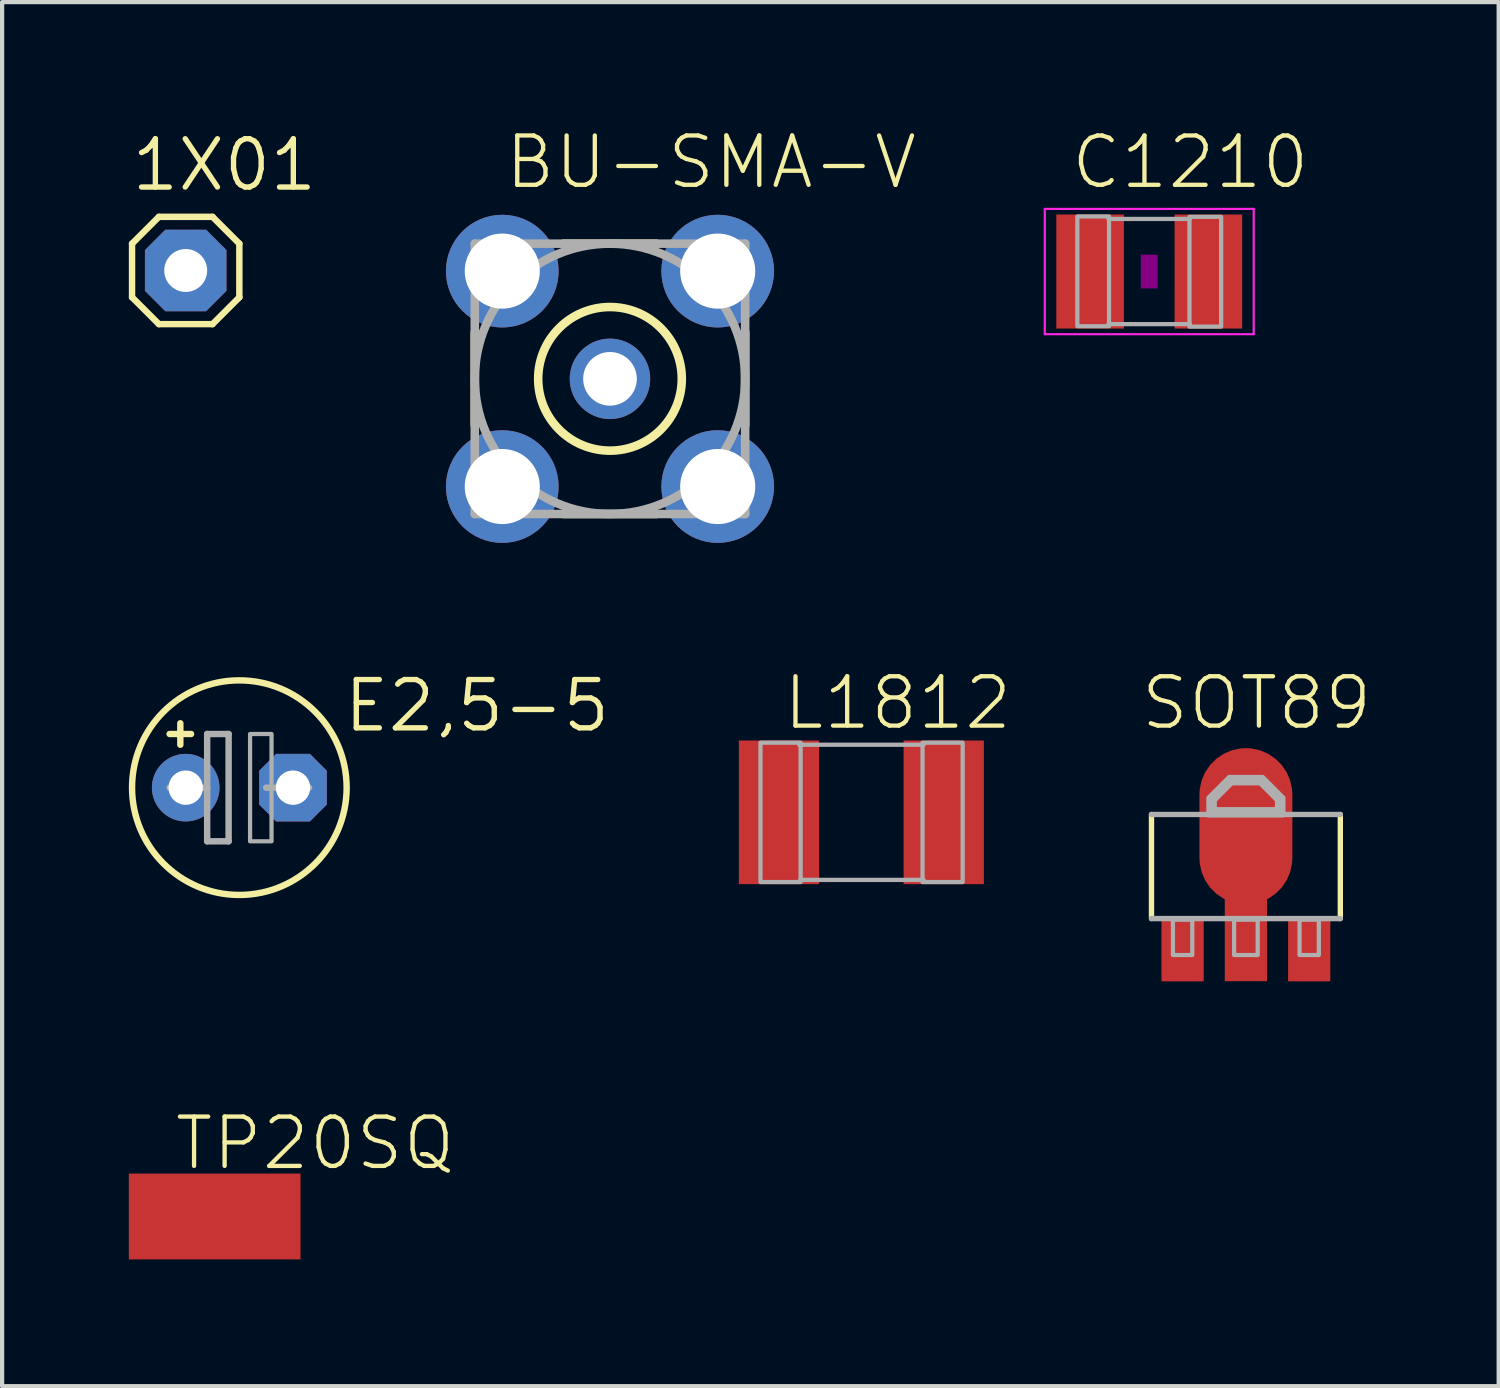
<source format=kicad_pcb>
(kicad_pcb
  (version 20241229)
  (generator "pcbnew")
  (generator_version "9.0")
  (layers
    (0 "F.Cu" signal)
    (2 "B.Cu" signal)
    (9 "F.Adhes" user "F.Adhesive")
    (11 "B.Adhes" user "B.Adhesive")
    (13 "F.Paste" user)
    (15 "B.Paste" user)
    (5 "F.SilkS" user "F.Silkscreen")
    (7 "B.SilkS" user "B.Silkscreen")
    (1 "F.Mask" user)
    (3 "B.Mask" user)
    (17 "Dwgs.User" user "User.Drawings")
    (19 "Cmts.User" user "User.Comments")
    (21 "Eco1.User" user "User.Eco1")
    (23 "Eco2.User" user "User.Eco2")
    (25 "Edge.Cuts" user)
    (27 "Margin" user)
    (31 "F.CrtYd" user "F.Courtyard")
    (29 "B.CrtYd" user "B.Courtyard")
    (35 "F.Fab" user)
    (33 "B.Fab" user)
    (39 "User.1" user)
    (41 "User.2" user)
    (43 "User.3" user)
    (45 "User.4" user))
  (footprint "L1812"
    (layer "F.Cu")
    (at 17.341 16.18)
    (property "Reference" "L1812" (at -1.905 -1.905 0) (layer "F.SilkS") (effects (font (size 1.168 1.168) (thickness 0.102)) (justify left bottom)))
    (fp_line (start -1.473 -1.6) (end 1.473 -1.6) (stroke (width 0.102) (type solid)) (layer "F.Fab"))
    (fp_line (start -1.448 1.6) (end 1.473 1.6) (stroke (width 0.102) (type solid)) (layer "F.Fab"))
    (fp_poly (pts (xy -2.388 1.651) (xy -1.438 1.651) (xy -1.438 -1.649) (xy -2.388 -1.649)) (stroke (width 0.1) (type solid)) (fill no) (layer "F.Fab"))
    (fp_poly (pts (xy 1.448 1.651) (xy 2.398 1.651) (xy 2.398 -1.649) (xy 1.448 -1.649)) (stroke (width 0.1) (type solid)) (fill no) (layer "F.Fab"))
    (pad "1" smd rect (at -1.95 0) (size 1.9 3.4) (layers "F.Cu" "F.Mask" "F.Paste"))
    (pad "2" smd rect (at 1.95 0) (size 1.9 3.4) (layers "F.Cu" "F.Mask" "F.Paste")))
  (footprint "1X01"
    (layer "F.Cu")
    (at 1.346 3.353)
    (property "Reference" "1X01" (at -1.346 -1.829 0) (layer "F.SilkS") (effects (font (size 1.143 1.143) (thickness 0.127)) (justify left bottom)))
    (fp_line (start -1.27 -0.635) (end -1.27 0.635) (stroke (width 0.152) (type solid)) (layer "F.SilkS"))
    (fp_line (start -1.27 0.635) (end -0.635 1.27) (stroke (width 0.152) (type solid)) (layer "F.SilkS"))
    (fp_line (start -0.635 -1.27) (end -1.27 -0.635) (stroke (width 0.152) (type solid)) (layer "F.SilkS"))
    (fp_line (start -0.635 -1.27) (end 0.635 -1.27) (stroke (width 0.152) (type solid)) (layer "F.SilkS"))
    (fp_line (start 0.635 -1.27) (end 1.27 -0.635) (stroke (width 0.152) (type solid)) (layer "F.SilkS"))
    (fp_line (start 0.635 1.27) (end -0.635 1.27) (stroke (width 0.152) (type solid)) (layer "F.SilkS"))
    (fp_line (start 1.27 -0.635) (end 1.27 0.635) (stroke (width 0.152) (type solid)) (layer "F.SilkS"))
    (fp_line (start 1.27 0.635) (end 0.635 1.27) (stroke (width 0.152) (type solid)) (layer "F.SilkS"))
    (fp_poly (pts (xy -0.254 0.254) (xy 0.254 0.254) (xy 0.254 -0.254) (xy -0.254 -0.254)) (stroke (width 0.1) (type solid)) (fill no) (layer "F.Fab"))
    (pad "1" thru_hole roundrect (at 0 0) (size 1.93 1.93) (drill 1.016) (layers "*.Cu" "*.Mask") (roundrect_rratio 0.25) (chamfer_ratio 0.25) (chamfer top_left top_right bottom_left bottom_right)))
  (footprint "C1210"
    (layer "F.Cu")
    (at 24.156 3.378)
    (property "Reference" "C1210" (at -1.905 -1.905 0) (layer "F.SilkS") (effects (font (size 1.168 1.168) (thickness 0.102)) (justify left bottom)))
    (fp_poly (pts (xy -0.2 0.4) (xy 0.2 0.4) (xy 0.2 -0.4) (xy -0.2 -0.4)) (stroke (width 0) (type solid)) (fill yes) (layer "F.Adhes"))
    (fp_line (start -2.473 -1.483) (end 2.473 -1.483) (stroke (width 0.051) (type solid)) (layer "F.CrtYd"))
    (fp_line (start -2.473 1.483) (end -2.473 -1.483) (stroke (width 0.051) (type solid)) (layer "F.CrtYd"))
    (fp_line (start 2.473 -1.483) (end 2.473 1.483) (stroke (width 0.051) (type solid)) (layer "F.CrtYd"))
    (fp_line (start 2.473 1.483) (end -2.473 1.483) (stroke (width 0.051) (type solid)) (layer "F.CrtYd"))
    (fp_line (start -0.965 -1.245) (end 0.965 -1.245) (stroke (width 0.102) (type solid)) (layer "F.Fab"))
    (fp_line (start -0.965 1.245) (end 0.965 1.245) (stroke (width 0.102) (type solid)) (layer "F.Fab"))
    (fp_poly (pts (xy -1.702 1.295) (xy -0.952 1.295) (xy -0.952 -1.304) (xy -1.702 -1.304)) (stroke (width 0.1) (type solid)) (fill no) (layer "F.Fab"))
    (fp_poly (pts (xy 0.952 1.304) (xy 1.702 1.304) (xy 1.702 -1.295) (xy 0.952 -1.295)) (stroke (width 0.1) (type solid)) (fill no) (layer "F.Fab"))
    (pad "1" smd rect (at -1.4 0) (size 1.6 2.7) (layers "F.Cu" "F.Mask" "F.Paste"))
    (pad "2" smd rect (at 1.4 0) (size 1.6 2.7) (layers "F.Cu" "F.Mask" "F.Paste")))
  (footprint "BU-SMA-V"
    (layer "F.Cu")
    (at 11.39 5.918)
    (property "Reference" "BU-SMA-V" (at -2.54 -4.445 0) (layer "F.SilkS") (effects (font (size 1.168 1.168) (thickness 0.102)) (justify left bottom)))
    (fp_line (start -3.2 1.1) (end -3.2 -1.1) (stroke (width 0.203) (type solid)) (layer "F.SilkS"))
    (fp_line (start -1.1 -3.2) (end 1.1 -3.2) (stroke (width 0.203) (type solid)) (layer "F.SilkS"))
    (fp_line (start 1.1 3.2) (end -1.1 3.2) (stroke (width 0.203) (type solid)) (layer "F.SilkS"))
    (fp_line (start 3.2 -1.1) (end 3.2 1.1) (stroke (width 0.203) (type solid)) (layer "F.SilkS"))
    (fp_circle (center 0 0) (end 1.7 0) (stroke (width 0.203) (type solid)) (fill no) (layer "F.SilkS"))
    (fp_line (start -3.2 3.2) (end -3.2 -3.2) (stroke (width 0.203) (type solid)) (layer "F.Fab"))
    (fp_line (start -3.2 -3.2) (end 3.2 -3.2) (stroke (width 0.203) (type solid)) (layer "F.Fab"))
    (fp_line (start 3.2 3.2) (end -3.2 3.2) (stroke (width 0.203) (type solid)) (layer "F.Fab"))
    (fp_line (start 3.2 -3.2) (end 3.2 3.2) (stroke (width 0.203) (type solid)) (layer "F.Fab"))
    (fp_circle (center 0 0) (end 3.2 0) (stroke (width 0.203) (type solid)) (fill no) (layer "F.Fab"))
    (pad "1" thru_hole circle (at 0 0) (size 1.905 1.905) (drill 1.27) (layers "*.Cu" "*.Mask"))
    (pad "2" thru_hole circle (at -2.55 -2.55) (size 2.667 2.667) (drill 1.778) (layers "*.Cu" "*.Mask"))
    (pad "3" thru_hole circle (at 2.55 -2.55) (size 2.667 2.667) (drill 1.778) (layers "*.Cu" "*.Mask"))
    (pad "4" thru_hole circle (at 2.55 2.55) (size 2.667 2.667) (drill 1.778) (layers "*.Cu" "*.Mask"))
    (pad "5" thru_hole circle (at -2.55 2.55) (size 2.667 2.667) (drill 1.778) (layers "*.Cu" "*.Mask")))
  (footprint "TP20SQ"
    (layer "F.Cu")
    (at 2.032 25.748)
    (property "Reference" "TP20SQ" (at -1 -1.05 0) (layer "F.SilkS") (effects (font (size 1.168 1.168) (thickness 0.102)) (justify left bottom)))
    (pad "TP" smd rect (at 0 0) (size 4.064 2.032) (layers "F.Cu" "F.Mask")))
  (footprint "SOT89"
    (layer "F.Cu")
    (at 26.444 17.45)
    (property "Reference" "SOT89" (at -2.54 -3.175 0) (layer "F.SilkS") (effects (font (size 1.168 1.168) (thickness 0.102)) (justify left bottom)))
    (fp_poly (pts (xy -2.025 2.775) (xy -0.975 2.775) (xy -0.975 1.2) (xy -2.025 1.2)) (stroke (width 0) (type solid)) (fill yes) (layer "F.Mask"))
    (fp_poly (pts (xy -0.525 2.775) (xy 0.525 2.775) (xy 0.525 1.2) (xy -0.525 1.2)) (stroke (width 0) (type solid)) (fill yes) (layer "F.Mask"))
    (fp_poly (pts (xy 0.975 2.775) (xy 2.025 2.775) (xy 2.025 1.2) (xy 0.975 1.2)) (stroke (width 0) (type solid)) (fill yes) (layer "F.Mask"))
    (fp_line (start -2.235 1.245) (end -2.235 -1.219) (stroke (width 0.127) (type solid)) (layer "F.SilkS"))
    (fp_line (start 2.235 -1.219) (end 2.235 1.245) (stroke (width 0.127) (type solid)) (layer "F.SilkS"))
    (fp_poly (pts (xy -1.9 2.68) (xy -1.1 2.68) (xy -1.1 1.28) (xy -1.9 1.28)) (stroke (width 0) (type solid)) (fill yes) (layer "F.Paste"))
    (fp_poly (pts (xy -0.9 0) (xy 0.9 0) (xy 0.9 -2.2) (xy -0.9 -2.2)) (stroke (width 0) (type solid)) (fill yes) (layer "F.Paste"))
    (fp_poly (pts (xy -0.4 2.68) (xy 0.4 2.68) (xy 0.4 1.28) (xy -0.4 1.28)) (stroke (width 0) (type solid)) (fill yes) (layer "F.Paste"))
    (fp_poly (pts (xy 1.1 2.68) (xy 1.9 2.68) (xy 1.9 1.28) (xy 1.1 1.28)) (stroke (width 0) (type solid)) (fill yes) (layer "F.Paste"))
    (fp_line (start -2.235 -1.219) (end 2.235 -1.219) (stroke (width 0.127) (type solid)) (layer "F.Fab"))
    (fp_line (start -0.787 -1.575) (end -0.356 -2.007) (stroke (width 0.2) (type solid)) (layer "F.Fab"))
    (fp_line (start -0.787 -1.295) (end -0.787 -1.575) (stroke (width 0.2) (type solid)) (layer "F.Fab"))
    (fp_line (start -0.356 -2.007) (end 0.356 -2.007) (stroke (width 0.2) (type solid)) (layer "F.Fab"))
    (fp_line (start 0.356 -2.007) (end 0.787 -1.575) (stroke (width 0.2) (type solid)) (layer "F.Fab"))
    (fp_line (start 0.787 -1.575) (end 0.787 -1.295) (stroke (width 0.2) (type solid)) (layer "F.Fab"))
    (fp_line (start 0.787 -1.295) (end -0.787 -1.295) (stroke (width 0.2) (type solid)) (layer "F.Fab"))
    (fp_line (start 2.235 1.245) (end -2.235 1.245) (stroke (width 0.127) (type solid)) (layer "F.Fab"))
    (fp_poly (pts (xy -1.727 2.108) (xy -1.27 2.108) (xy -1.27 1.27) (xy -1.727 1.27)) (stroke (width 0.1) (type solid)) (fill no) (layer "F.Fab"))
    (fp_poly (pts (xy -0.279 2.108) (xy 0.279 2.108) (xy 0.279 1.27) (xy -0.279 1.27)) (stroke (width 0.1) (type solid)) (fill no) (layer "F.Fab"))
    (fp_poly (pts (xy 1.27 2.108) (xy 1.727 2.108) (xy 1.727 1.27) (xy 1.27 1.27)) (stroke (width 0.1) (type solid)) (fill no) (layer "F.Fab"))
    (fp_poly (pts (xy 0.887 -1.616) (xy 0.887 -1.196) (xy -0.887 -1.196) (xy -0.887 -1.616) (xy -0.397 -2.107) (xy 0.397 -2.107)) (stroke (width 0.1) (type solid)) (fill no) (layer "F.Fab"))
    (pad "1" smd rect (at -1.499 1.981) (size 1 1.5) (layers "F.Cu"))
    (pad "2" smd rect (at 0 1.727) (size 1 2) (layers "F.Cu"))
    (pad "2@1" smd roundrect (at 0 -0.94) (size 2.2 3.7) (layers "F.Cu" "F.Mask") (roundrect_rratio 0.5))
    (pad "3" smd rect (at 1.499 1.981) (size 1 1.5) (layers "F.Cu")))
  (footprint "E2,5-5"
    (layer "F.Cu")
    (at 2.616 15.596)
    (property "Reference" "E2,5-5" (at 2.413 -1.27 0) (layer "F.SilkS") (effects (font (size 1.143 1.143) (thickness 0.127)) (justify left bottom)))
    (fp_line (start -1.651 -1.27) (end -1.397 -1.27) (stroke (width 0.152) (type solid)) (layer "F.SilkS"))
    (fp_line (start -1.397 -1.27) (end -1.397 -1.524) (stroke (width 0.152) (type solid)) (layer "F.SilkS"))
    (fp_line (start -1.397 -1.27) (end -1.143 -1.27) (stroke (width 0.152) (type solid)) (layer "F.SilkS"))
    (fp_line (start -1.397 -1.016) (end -1.397 -1.27) (stroke (width 0.152) (type solid)) (layer "F.SilkS"))
    (fp_circle (center 0 0) (end 2.54 0) (stroke (width 0.152) (type solid)) (fill no) (layer "F.SilkS"))
    (fp_line (start -1.651 0) (end -0.762 0) (stroke (width 0.152) (type solid)) (layer "F.Fab"))
    (fp_line (start -0.762 -1.27) (end -0.762 0) (stroke (width 0.152) (type solid)) (layer "F.Fab"))
    (fp_line (start -0.762 0) (end -0.762 1.27) (stroke (width 0.152) (type solid)) (layer "F.Fab"))
    (fp_line (start -0.762 1.27) (end -0.254 1.27) (stroke (width 0.152) (type solid)) (layer "F.Fab"))
    (fp_line (start -0.254 -1.27) (end -0.762 -1.27) (stroke (width 0.152) (type solid)) (layer "F.Fab"))
    (fp_line (start -0.254 1.27) (end -0.254 -1.27) (stroke (width 0.152) (type solid)) (layer "F.Fab"))
    (fp_line (start 0.635 0) (end 1.651 0) (stroke (width 0.152) (type solid)) (layer "F.Fab"))
    (fp_poly (pts (xy 0.254 1.27) (xy 0.762 1.27) (xy 0.762 -1.27) (xy 0.254 -1.27)) (stroke (width 0.1) (type solid)) (fill no) (layer "F.Fab"))
    (pad "+" thru_hole circle (at -1.27 0) (size 1.6 1.6) (drill 0.813) (layers "*.Cu" "*.Mask"))
    (pad "-" thru_hole roundrect (at 1.27 0) (size 1.6 1.6) (drill 0.813) (layers "*.Cu" "*.Mask") (roundrect_rratio 0.25) (chamfer_ratio 0.25) (chamfer top_left top_right bottom_left bottom_right)))
  (gr_rect
    (start -3 -3)
    (end 32.428 29.764)
    (stroke (width 0.1) (type default))
    (fill no)
    (layer "Edge.Cuts")))
</source>
